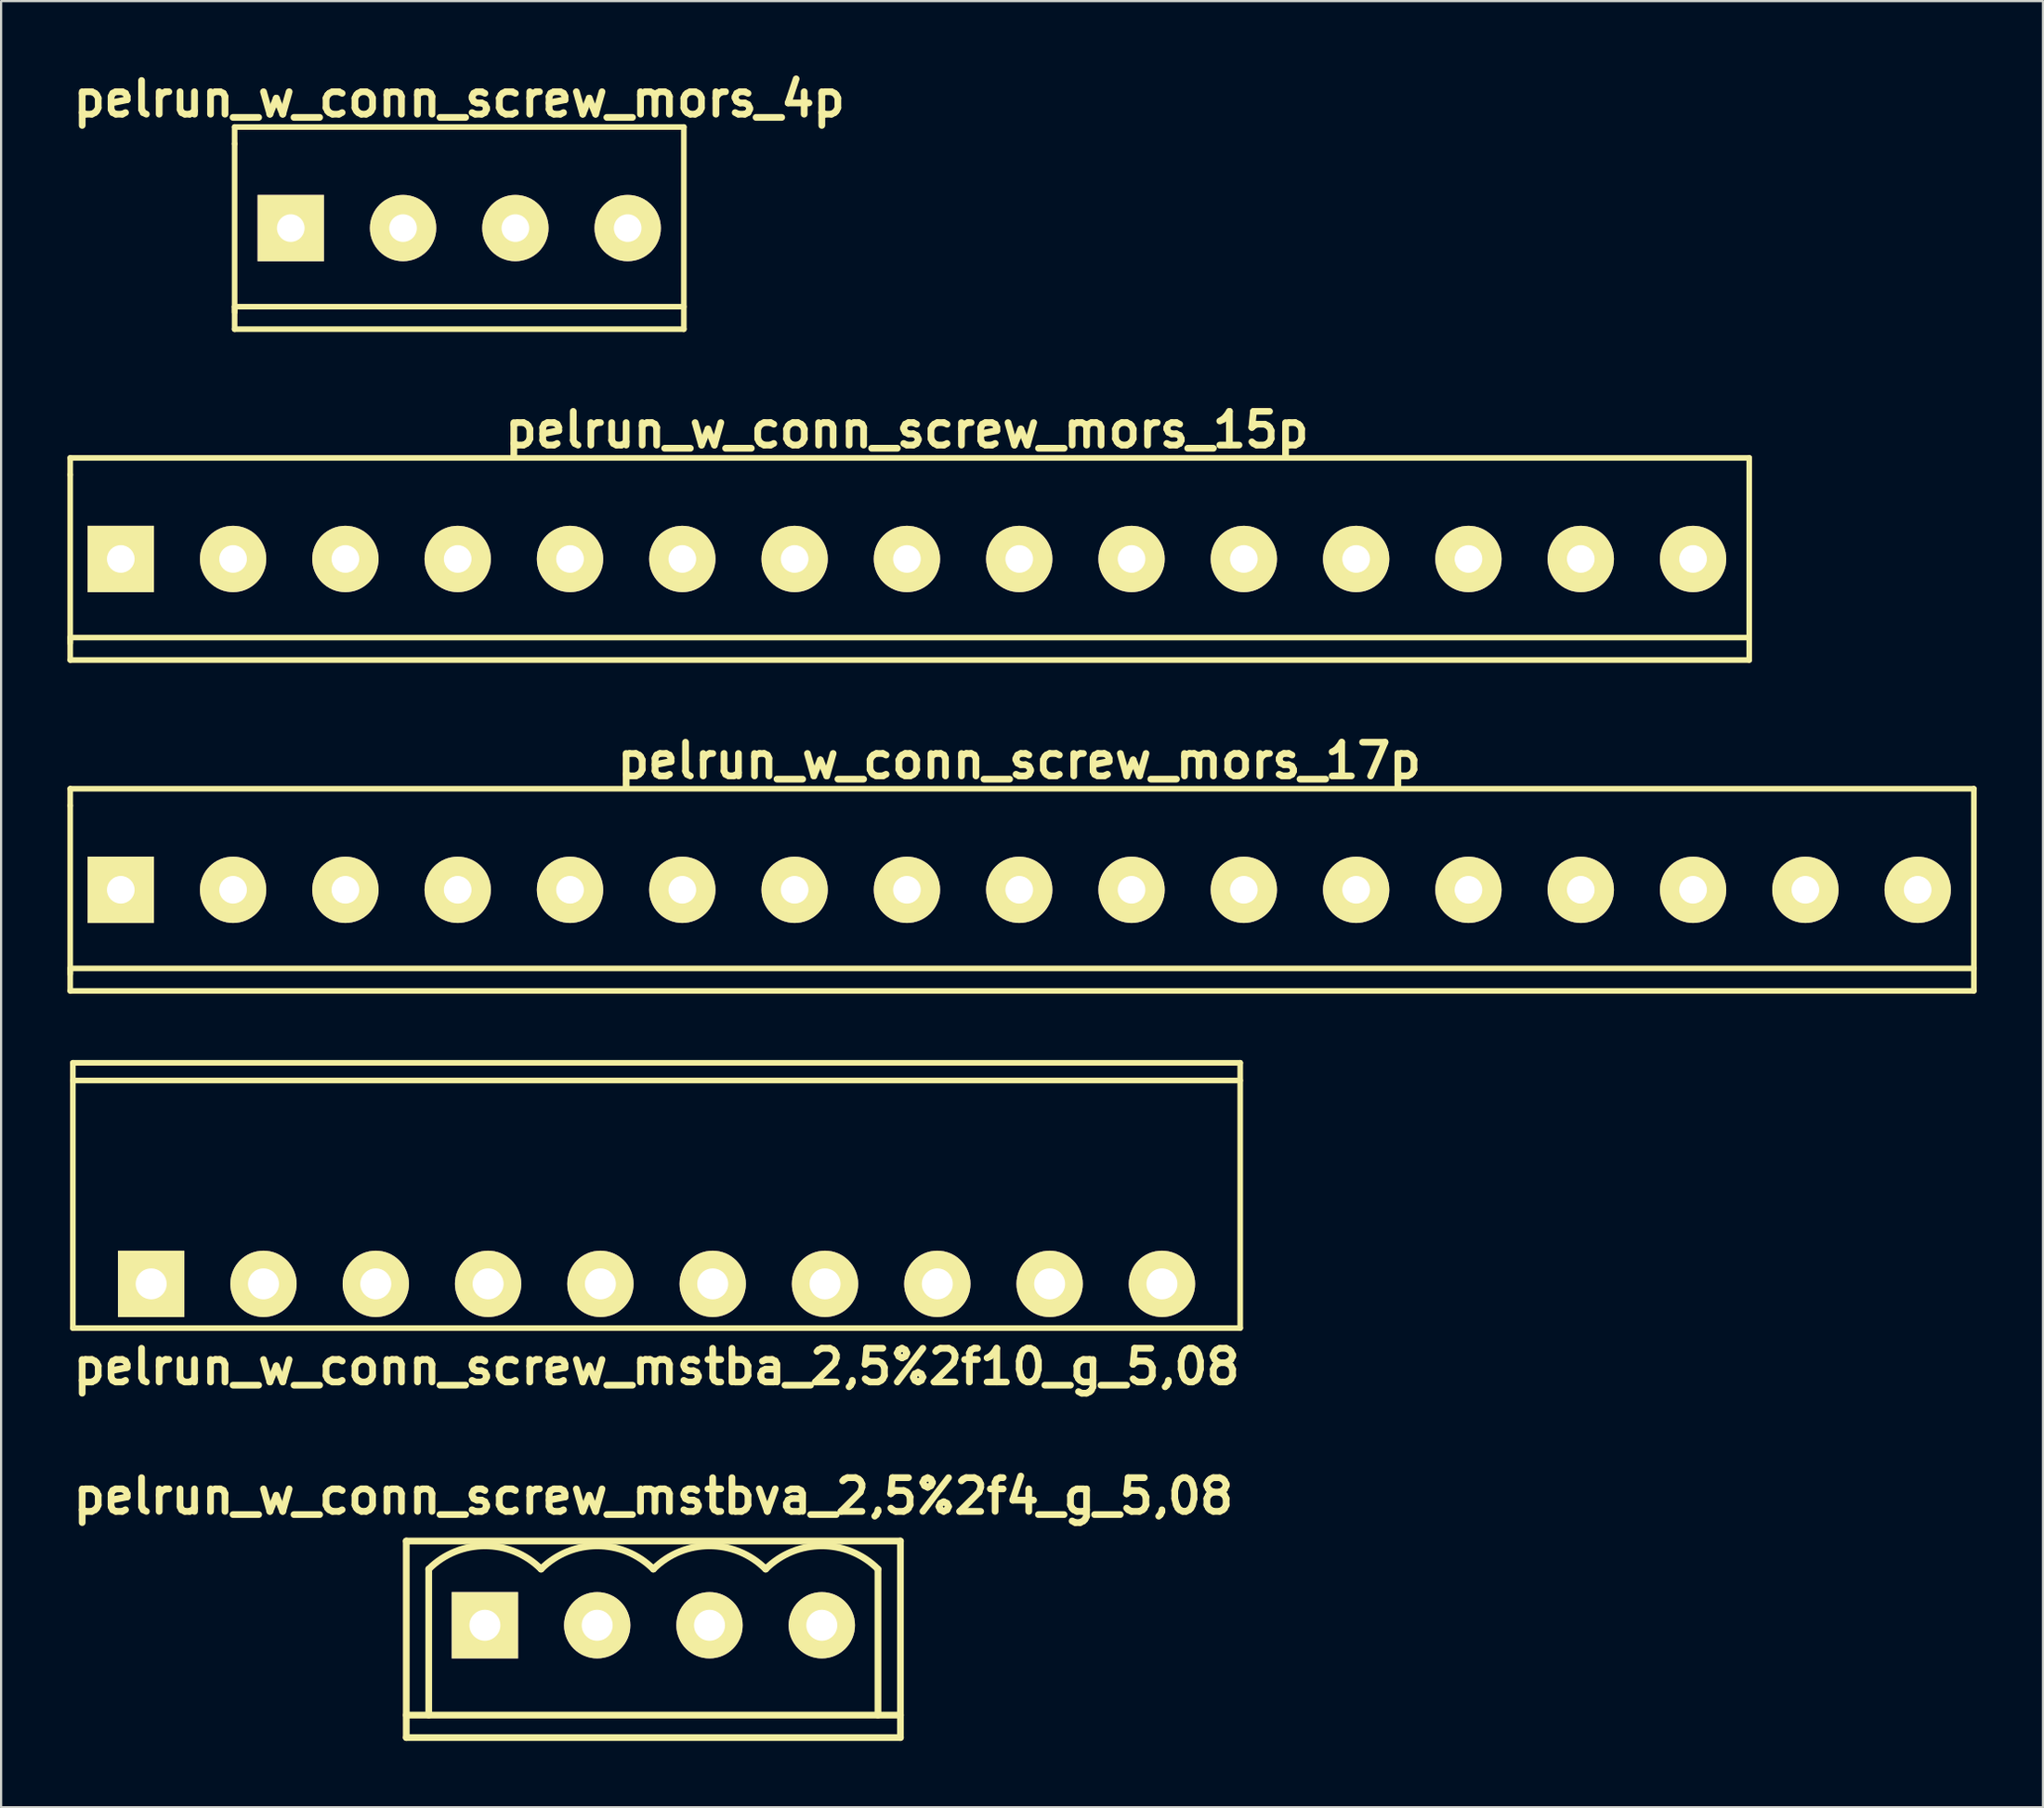
<source format=kicad_pcb>
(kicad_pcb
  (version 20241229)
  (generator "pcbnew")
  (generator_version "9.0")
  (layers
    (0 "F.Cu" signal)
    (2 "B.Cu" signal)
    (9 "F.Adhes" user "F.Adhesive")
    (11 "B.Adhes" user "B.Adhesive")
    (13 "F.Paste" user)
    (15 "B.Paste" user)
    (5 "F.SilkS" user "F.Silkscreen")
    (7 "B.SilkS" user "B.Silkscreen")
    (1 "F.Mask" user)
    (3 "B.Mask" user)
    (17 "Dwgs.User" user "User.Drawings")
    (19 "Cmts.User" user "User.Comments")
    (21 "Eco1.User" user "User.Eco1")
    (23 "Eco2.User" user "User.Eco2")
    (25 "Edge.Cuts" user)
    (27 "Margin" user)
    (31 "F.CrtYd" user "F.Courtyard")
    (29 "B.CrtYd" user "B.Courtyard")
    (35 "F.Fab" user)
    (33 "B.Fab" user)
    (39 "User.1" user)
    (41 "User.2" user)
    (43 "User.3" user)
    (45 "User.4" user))
  (footprint "pelrun_w_conn_screw_mstbva_2,5%2f4_g_5,08"
    (layer "F.Cu")
    (at 26.503 70.473)
    (property "Reference" "pelrun_w_conn_screw_mstbva_2,5%2f4_g_5,08" (at 0 -5.842 0) (layer "F.SilkS") (effects (font (size 1.524 1.524) (thickness 0.305))))
    (attr through_hole)
    (fp_line (start -11.176 -3.81) (end -11.176 5.08) (stroke (width 0.305) (type solid)) (layer "F.SilkS"))
    (fp_line (start -11.176 4.064) (end 11.176 4.064) (stroke (width 0.305) (type solid)) (layer "F.SilkS"))
    (fp_line (start -10.16 -2.54) (end -10.16 4.064) (stroke (width 0.305) (type solid)) (layer "F.SilkS"))
    (fp_line (start 10.16 -2.54) (end 10.16 4.064) (stroke (width 0.305) (type solid)) (layer "F.SilkS"))
    (fp_line (start 11.176 -3.81) (end -11.176 -3.81) (stroke (width 0.305) (type solid)) (layer "F.SilkS"))
    (fp_line (start 11.176 5.08) (end -11.176 5.08) (stroke (width 0.305) (type solid)) (layer "F.SilkS"))
    (fp_line (start 11.176 5.08) (end 11.176 -3.81) (stroke (width 0.305) (type solid)) (layer "F.SilkS"))
    (fp_arc (start -10.16 -2.54) (mid -7.62 -3.592102) (end -5.08 -2.54) (stroke (width 0.3048) (type solid)) (layer "F.SilkS"))
    (fp_arc (start -5.08 -2.54) (mid -2.54 -3.592102) (end 0 -2.54) (stroke (width 0.3048) (type solid)) (layer "F.SilkS"))
    (fp_arc (start 0 -2.54) (mid 2.54 -3.592102) (end 5.08 -2.54) (stroke (width 0.3048) (type solid)) (layer "F.SilkS"))
    (fp_arc (start 5.08 -2.54) (mid 7.62 -3.592102) (end 10.16 -2.54) (stroke (width 0.3048) (type solid)) (layer "F.SilkS"))
    (pad "1" thru_hole rect (at -7.62 0) (size 3 3) (drill 1.4) (layers "*.Cu" "*.Mask" "F.SilkS"))
    (pad "2" thru_hole circle (at -2.54 0) (size 3 3) (drill 1.4) (layers "*.Cu" "*.Mask" "F.SilkS"))
    (pad "3" thru_hole circle (at 2.54 0) (size 3 3) (drill 1.4) (layers "*.Cu" "*.Mask" "F.SilkS"))
    (pad "4" thru_hole circle (at 7.62 0) (size 3 3) (drill 1.4) (layers "*.Cu" "*.Mask" "F.SilkS")))
  (footprint "pelrun_w_conn_screw_mors_4p"
    (layer "F.Cu")
    (at 17.722 7.268)
    (property "Reference" "pelrun_w_conn_screw_mors_4p" (at 0 -5.842 0) (layer "F.SilkS") (effects (font (size 1.524 1.524) (thickness 0.305))))
    (attr through_hole)
    (fp_line (start -10.16 -4.572) (end -10.16 -3.81) (stroke (width 0.254) (type solid)) (layer "F.SilkS"))
    (fp_line (start -10.16 3.556) (end 10.16 3.556) (stroke (width 0.254) (type solid)) (layer "F.SilkS"))
    (fp_line (start -10.16 3.81) (end -10.16 -3.81) (stroke (width 0.254) (type solid)) (layer "F.SilkS"))
    (fp_line (start -10.16 4.572) (end -10.16 3.556) (stroke (width 0.254) (type solid)) (layer "F.SilkS"))
    (fp_line (start 10.16 -4.572) (end -10.16 -4.572) (stroke (width 0.254) (type solid)) (layer "F.SilkS"))
    (fp_line (start 10.16 -4.572) (end 10.16 4.572) (stroke (width 0.254) (type solid)) (layer "F.SilkS"))
    (fp_line (start 10.16 4.572) (end -10.16 4.572) (stroke (width 0.254) (type solid)) (layer "F.SilkS"))
    (pad "1" thru_hole rect (at -7.62 0) (size 3 3) (drill 1.25) (layers "*.Cu" "*.Mask" "F.SilkS"))
    (pad "2" thru_hole circle (at -2.54 0) (size 3 3) (drill 1.25) (layers "*.Cu" "*.Mask" "F.SilkS"))
    (pad "3" thru_hole circle (at 2.54 0) (size 3 3) (drill 1.25) (layers "*.Cu" "*.Mask" "F.SilkS"))
    (pad "4" thru_hole circle (at 7.62 0) (size 3 3) (drill 1.25) (layers "*.Cu" "*.Mask" "F.SilkS")))
  (footprint "pelrun_w_conn_screw_mors_17p"
    (layer "F.Cu")
    (at 43.053 37.203)
    (property "Reference" "pelrun_w_conn_screw_mors_17p" (at 0 -5.842 0) (layer "F.SilkS") (effects (font (size 1.524 1.524) (thickness 0.305))))
    (attr through_hole)
    (fp_line (start -42.926 -4.572) (end -42.926 -3.81) (stroke (width 0.254) (type solid)) (layer "F.SilkS"))
    (fp_line (start -42.926 3.81) (end -42.926 -3.81) (stroke (width 0.254) (type solid)) (layer "F.SilkS"))
    (fp_line (start -42.926 4.572) (end -42.926 3.556) (stroke (width 0.254) (type solid)) (layer "F.SilkS"))
    (fp_line (start -42.926 4.572) (end 43.18 4.572) (stroke (width 0.254) (type solid)) (layer "F.SilkS"))
    (fp_line (start 43.18 -4.572) (end -42.926 -4.572) (stroke (width 0.254) (type solid)) (layer "F.SilkS"))
    (fp_line (start 43.18 -4.572) (end 43.18 4.572) (stroke (width 0.254) (type solid)) (layer "F.SilkS"))
    (fp_line (start 43.18 3.556) (end -42.926 3.556) (stroke (width 0.254) (type solid)) (layer "F.SilkS"))
    (pad "1" thru_hole rect (at -40.64 0) (size 3 3) (drill 1.25) (layers "*.Cu" "*.Mask" "F.SilkS"))
    (pad "2" thru_hole circle (at -35.56 0) (size 3 3) (drill 1.25) (layers "*.Cu" "*.Mask" "F.SilkS"))
    (pad "3" thru_hole circle (at -30.48 0) (size 3 3) (drill 1.25) (layers "*.Cu" "*.Mask" "F.SilkS"))
    (pad "4" thru_hole circle (at -25.4 0) (size 3 3) (drill 1.25) (layers "*.Cu" "*.Mask" "F.SilkS"))
    (pad "5" thru_hole circle (at -20.32 0) (size 3 3) (drill 1.25) (layers "*.Cu" "*.Mask" "F.SilkS"))
    (pad "6" thru_hole circle (at -15.24 0) (size 3 3) (drill 1.25) (layers "*.Cu" "*.Mask" "F.SilkS"))
    (pad "7" thru_hole circle (at -10.16 0) (size 3 3) (drill 1.25) (layers "*.Cu" "*.Mask" "F.SilkS"))
    (pad "8" thru_hole circle (at -5.08 0) (size 3 3) (drill 1.25) (layers "*.Cu" "*.Mask" "F.SilkS"))
    (pad "9" thru_hole circle (at 0 0) (size 3 3) (drill 1.25) (layers "*.Cu" "*.Mask" "F.SilkS"))
    (pad "10" thru_hole circle (at 5.08 0) (size 3 3) (drill 1.25) (layers "*.Cu" "*.Mask" "F.SilkS"))
    (pad "11" thru_hole circle (at 10.16 0) (size 3 3) (drill 1.25) (layers "*.Cu" "*.Mask" "F.SilkS"))
    (pad "12" thru_hole circle (at 15.24 0) (size 3 3) (drill 1.25) (layers "*.Cu" "*.Mask" "F.SilkS"))
    (pad "13" thru_hole circle (at 20.32 0) (size 3 3) (drill 1.25) (layers "*.Cu" "*.Mask" "F.SilkS"))
    (pad "14" thru_hole circle (at 25.4 0) (size 3 3) (drill 1.25) (layers "*.Cu" "*.Mask" "F.SilkS"))
    (pad "15" thru_hole circle (at 30.48 0) (size 3 3) (drill 1.25) (layers "*.Cu" "*.Mask" "F.SilkS"))
    (pad "16" thru_hole circle (at 35.56 0) (size 3 3) (drill 1.25) (layers "*.Cu" "*.Mask" "F.SilkS"))
    (pad "17" thru_hole circle (at 40.64 0) (size 3 3) (drill 1.25) (layers "*.Cu" "*.Mask" "F.SilkS")))
  (footprint "pelrun_w_conn_screw_mors_15p"
    (layer "F.Cu")
    (at 37.973 22.236)
    (property "Reference" "pelrun_w_conn_screw_mors_15p" (at 0 -5.842 0) (layer "F.SilkS") (effects (font (size 1.524 1.524) (thickness 0.305))))
    (attr through_hole)
    (fp_line (start -37.846 -4.572) (end -37.846 -3.81) (stroke (width 0.254) (type solid)) (layer "F.SilkS"))
    (fp_line (start -37.846 3.81) (end -37.846 -3.81) (stroke (width 0.254) (type solid)) (layer "F.SilkS"))
    (fp_line (start -37.846 4.572) (end -37.846 3.556) (stroke (width 0.254) (type solid)) (layer "F.SilkS"))
    (fp_line (start -37.846 4.572) (end 38.1 4.572) (stroke (width 0.254) (type solid)) (layer "F.SilkS"))
    (fp_line (start 38.1 -4.572) (end -37.846 -4.572) (stroke (width 0.254) (type solid)) (layer "F.SilkS"))
    (fp_line (start 38.1 -4.572) (end 38.1 4.572) (stroke (width 0.254) (type solid)) (layer "F.SilkS"))
    (fp_line (start 38.1 3.556) (end -37.846 3.556) (stroke (width 0.254) (type solid)) (layer "F.SilkS"))
    (pad "1" thru_hole rect (at -35.56 0) (size 3 3) (drill 1.25) (layers "*.Cu" "*.Mask" "F.SilkS"))
    (pad "2" thru_hole circle (at -30.48 0) (size 3 3) (drill 1.25) (layers "*.Cu" "*.Mask" "F.SilkS"))
    (pad "3" thru_hole circle (at -25.4 0) (size 3 3) (drill 1.25) (layers "*.Cu" "*.Mask" "F.SilkS"))
    (pad "4" thru_hole circle (at -20.32 0) (size 3 3) (drill 1.25) (layers "*.Cu" "*.Mask" "F.SilkS"))
    (pad "5" thru_hole circle (at -15.24 0) (size 3 3) (drill 1.25) (layers "*.Cu" "*.Mask" "F.SilkS"))
    (pad "6" thru_hole circle (at -10.16 0) (size 3 3) (drill 1.25) (layers "*.Cu" "*.Mask" "F.SilkS"))
    (pad "7" thru_hole circle (at -5.08 0) (size 3 3) (drill 1.25) (layers "*.Cu" "*.Mask" "F.SilkS"))
    (pad "8" thru_hole circle (at 0 0) (size 3 3) (drill 1.25) (layers "*.Cu" "*.Mask" "F.SilkS"))
    (pad "9" thru_hole circle (at 5.08 0) (size 3 3) (drill 1.25) (layers "*.Cu" "*.Mask" "F.SilkS"))
    (pad "10" thru_hole circle (at 10.16 0) (size 3 3) (drill 1.25) (layers "*.Cu" "*.Mask" "F.SilkS"))
    (pad "11" thru_hole circle (at 15.24 0) (size 3 3) (drill 1.25) (layers "*.Cu" "*.Mask" "F.SilkS"))
    (pad "12" thru_hole circle (at 20.32 0) (size 3 3) (drill 1.25) (layers "*.Cu" "*.Mask" "F.SilkS"))
    (pad "13" thru_hole circle (at 25.4 0) (size 3 3) (drill 1.25) (layers "*.Cu" "*.Mask" "F.SilkS"))
    (pad "14" thru_hole circle (at 30.48 0) (size 3 3) (drill 1.25) (layers "*.Cu" "*.Mask" "F.SilkS"))
    (pad "15" thru_hole circle (at 35.56 0) (size 3 3) (drill 1.25) (layers "*.Cu" "*.Mask" "F.SilkS")))
  (footprint "pelrun_w_conn_screw_mstba_2,5%2f10_g_5,08"
    (layer "F.Cu")
    (at 26.648 55.029)
    (property "Reference" "pelrun_w_conn_screw_mstba_2,5%2f10_g_5,08" (at 0 3.749 0) (layer "F.SilkS") (effects (font (size 1.524 1.524) (thickness 0.305))))
    (attr through_hole)
    (fp_line (start -26.401 -10) (end -26.401 1.999) (stroke (width 0.254) (type solid)) (layer "F.SilkS"))
    (fp_line (start -26.401 -9.2) (end 26.401 -9.2) (stroke (width 0.254) (type solid)) (layer "F.SilkS"))
    (fp_line (start -26.401 1.999) (end 26.401 1.999) (stroke (width 0.254) (type solid)) (layer "F.SilkS"))
    (fp_line (start 26.401 -10) (end -26.401 -10) (stroke (width 0.254) (type solid)) (layer "F.SilkS"))
    (fp_line (start 26.401 1.999) (end 26.401 -10) (stroke (width 0.254) (type solid)) (layer "F.SilkS"))
    (pad "1" thru_hole rect (at -22.86 0) (size 3 3) (drill 1.4) (layers "*.Cu" "*.Mask" "F.SilkS"))
    (pad "2" thru_hole circle (at -17.78 0) (size 3 3) (drill 1.4) (layers "*.Cu" "*.Mask" "F.SilkS"))
    (pad "3" thru_hole circle (at -12.7 0) (size 3 3) (drill 1.4) (layers "*.Cu" "*.Mask" "F.SilkS"))
    (pad "4" thru_hole circle (at -7.62 0) (size 3 3) (drill 1.4) (layers "*.Cu" "*.Mask" "F.SilkS"))
    (pad "5" thru_hole circle (at -2.54 0) (size 3 3) (drill 1.4) (layers "*.Cu" "*.Mask" "F.SilkS"))
    (pad "6" thru_hole circle (at 2.54 0) (size 3 3) (drill 1.4) (layers "*.Cu" "*.Mask" "F.SilkS"))
    (pad "7" thru_hole circle (at 7.62 0) (size 3 3) (drill 1.4) (layers "*.Cu" "*.Mask" "F.SilkS"))
    (pad "8" thru_hole circle (at 12.7 0) (size 3 3) (drill 1.4) (layers "*.Cu" "*.Mask" "F.SilkS"))
    (pad "9" thru_hole circle (at 17.78 0) (size 3 3) (drill 1.4) (layers "*.Cu" "*.Mask" "F.SilkS"))
    (pad "10" thru_hole circle (at 22.86 0) (size 3 3) (drill 1.4) (layers "*.Cu" "*.Mask" "F.SilkS")))
  (gr_rect
    (start -3 -3)
    (end 89.36 78.706)
    (stroke (width 0.1) (type default))
    (fill no)
    (layer "Edge.Cuts")))
</source>
